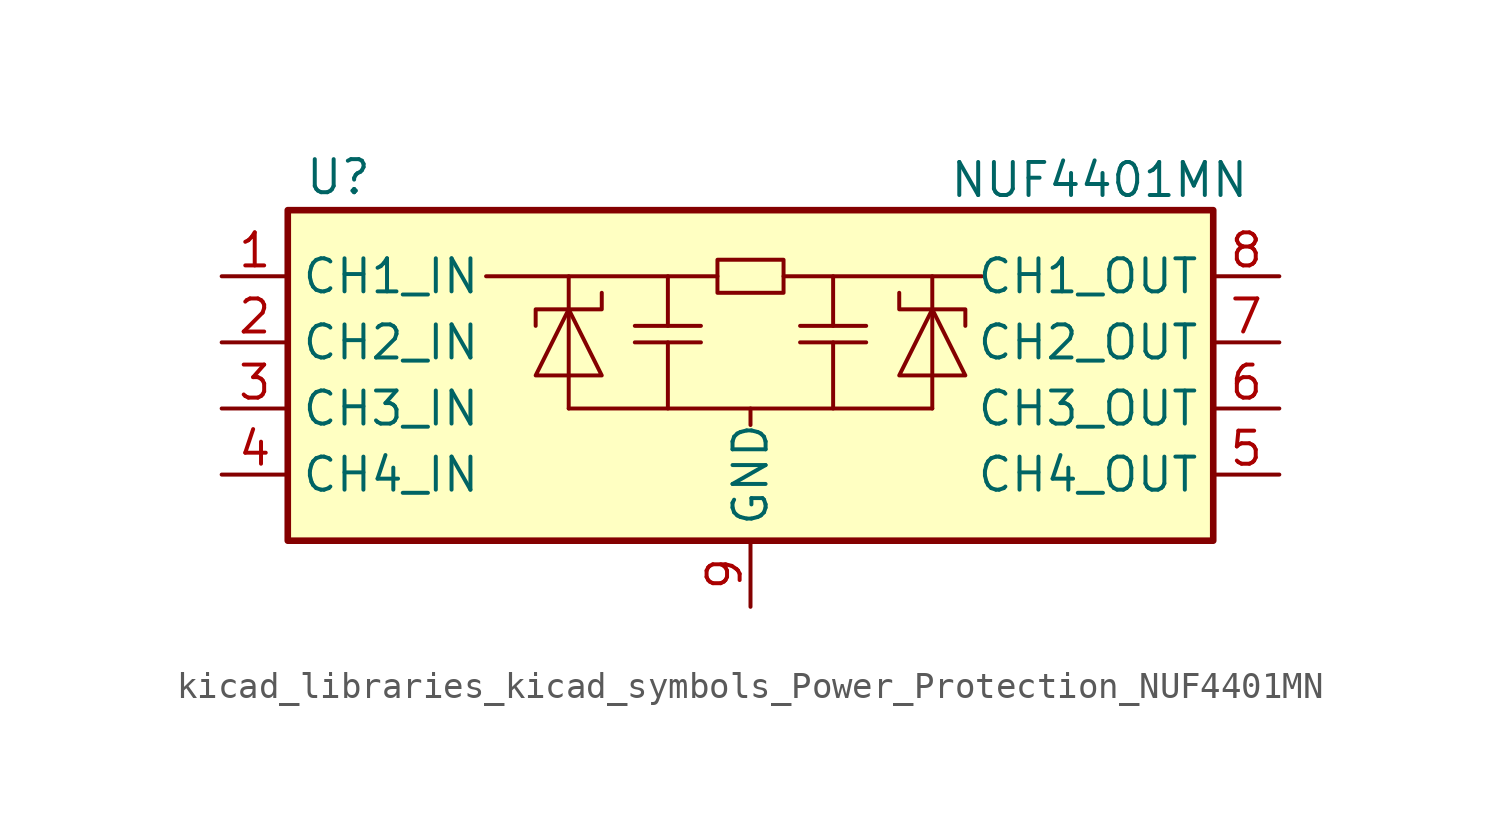
<source format=kicad_sym>
(kicad_symbol_lib
  (version 20220914)
  (generator kicad_symbol_editor)
  (symbol "kicad_libraries_kicad_symbols_Power_Protection_NUF4401MN"
    (property "Reference" "U"
      (at -17.145 8.89 0)
      (effects (font (size 1.27 1.27)) (justify left)))
    (property "Value" "NUF4401MN"
      (at 7.62 9.525 0)
      (effects (font (size 1.27 1.27)) (justify left top)))
    (symbol "kicad_libraries_kicad_symbols_Power_Protection_NUF4401MN_0_1"
      (rectangle (start -17.78 7.62) (end 17.78 -5.08) (stroke (width 0.254) (type default)) (fill (type background)))
      (polyline (pts (xy -6.985 0) (xy 6.985 0)) (stroke (width 0) (type default)) (fill (type none)))
      (polyline (pts (xy -6.985 3.81) (xy -6.985 5.08)) (stroke (width 0) (type default)) (fill (type none)))
      (polyline (pts (xy -4.445 3.175) (xy -1.905 3.175)) (stroke (width 0) (type default)) (fill (type none)))
      (polyline (pts (xy -3.175 2.54) (xy -3.175 0)) (stroke (width 0) (type default)) (fill (type none)))
      (polyline (pts (xy -3.175 5.08) (xy -3.175 3.175)) (stroke (width 0) (type default)) (fill (type none)))
      (polyline (pts (xy -1.905 2.54) (xy -4.445 2.54)) (stroke (width 0) (type default)) (fill (type none)))
      (polyline (pts (xy -1.27 5.08) (xy -10.16 5.08)) (stroke (width 0) (type default)) (fill (type none)))
      (polyline (pts (xy 0 0) (xy 0 -0.635)) (stroke (width 0) (type default)) (fill (type none)))
      (polyline (pts (xy 1.27 5.08) (xy 8.89 5.08)) (stroke (width 0) (type default)) (fill (type none)))
      (polyline (pts (xy 1.905 3.175) (xy 4.445 3.175)) (stroke (width 0) (type default)) (fill (type none)))
      (polyline (pts (xy 3.175 2.54) (xy 3.175 0)) (stroke (width 0) (type default)) (fill (type none)))
      (polyline (pts (xy 3.175 5.08) (xy 3.175 3.175)) (stroke (width 0) (type default)) (fill (type none)))
      (polyline (pts (xy 4.445 2.54) (xy 1.905 2.54)) (stroke (width 0) (type default)) (fill (type none)))
      (polyline (pts (xy 6.985 3.81) (xy 6.985 5.08)) (stroke (width 0) (type default)) (fill (type none)))
      (polyline (pts (xy -6.985 1.27) (xy -6.985 3.81) (xy -6.985 0)) (stroke (width 0) (type default)) (fill (type none)))
      (polyline (pts (xy 6.985 1.27) (xy 6.985 3.81) (xy 6.985 0)) (stroke (width 0) (type default)) (fill (type none)))
      (polyline (pts (xy -6.985 3.81) (xy -5.715 1.27) (xy -8.255 1.27) (xy -6.985 3.81)) (stroke (width 0) (type default)) (fill (type none)))
      (polyline (pts (xy -5.715 4.445) (xy -5.715 3.81) (xy -8.255 3.81) (xy -8.255 3.175)) (stroke (width 0) (type default)) (fill (type none)))
      (polyline (pts (xy 5.715 4.445) (xy 5.715 3.81) (xy 8.255 3.81) (xy 8.255 3.175)) (stroke (width 0) (type default)) (fill (type none)))
      (polyline (pts (xy 6.985 3.81) (xy 5.715 1.27) (xy 8.255 1.27) (xy 6.985 3.81)) (stroke (width 0) (type default)) (fill (type none)))
      (polyline (pts (xy -1.27 5.08) (xy -1.27 4.445) (xy 1.27 4.445) (xy 1.27 5.715) (xy -1.27 5.715) (xy -1.27 5.08)) (stroke (width 0) (type default)) (fill (type none))))
    (symbol "kicad_libraries_kicad_symbols_Power_Protection_NUF4401MN_1_1"
      (pin passive line (at -20.32 5.08 0) (length 2.54) (name "CH1_IN" (effects (font (size 1.27 1.27)))) (number "1" (effects (font (size 1.27 1.27)))))
      (pin passive line (at -20.32 2.54 0) (length 2.54) (name "CH2_IN" (effects (font (size 1.27 1.27)))) (number "2" (effects (font (size 1.27 1.27)))))
      (pin passive line (at -20.32 0 0) (length 2.54) (name "CH3_IN" (effects (font (size 1.27 1.27)))) (number "3" (effects (font (size 1.27 1.27)))))
      (pin passive line (at -20.32 -2.54 0) (length 2.54) (name "CH4_IN" (effects (font (size 1.27 1.27)))) (number "4" (effects (font (size 1.27 1.27)))))
      (pin passive line (at 20.32 -2.54 180) (length 2.54) (name "CH4_OUT" (effects (font (size 1.27 1.27)))) (number "5" (effects (font (size 1.27 1.27)))))
      (pin passive line (at 20.32 0 180) (length 2.54) (name "CH3_OUT" (effects (font (size 1.27 1.27)))) (number "6" (effects (font (size 1.27 1.27)))))
      (pin passive line (at 20.32 2.54 180) (length 2.54) (name "CH2_OUT" (effects (font (size 1.27 1.27)))) (number "7" (effects (font (size 1.27 1.27)))))
      (pin passive line (at 20.32 5.08 180) (length 2.54) (name "CH1_OUT" (effects (font (size 1.27 1.27)))) (number "8" (effects (font (size 1.27 1.27)))))
      (pin power_in line (at 0 -7.62 90) (length 2.54) (name "GND" (effects (font (size 1.27 1.27)))) (number "9" (effects (font (size 1.27 1.27))))))))
</source>
